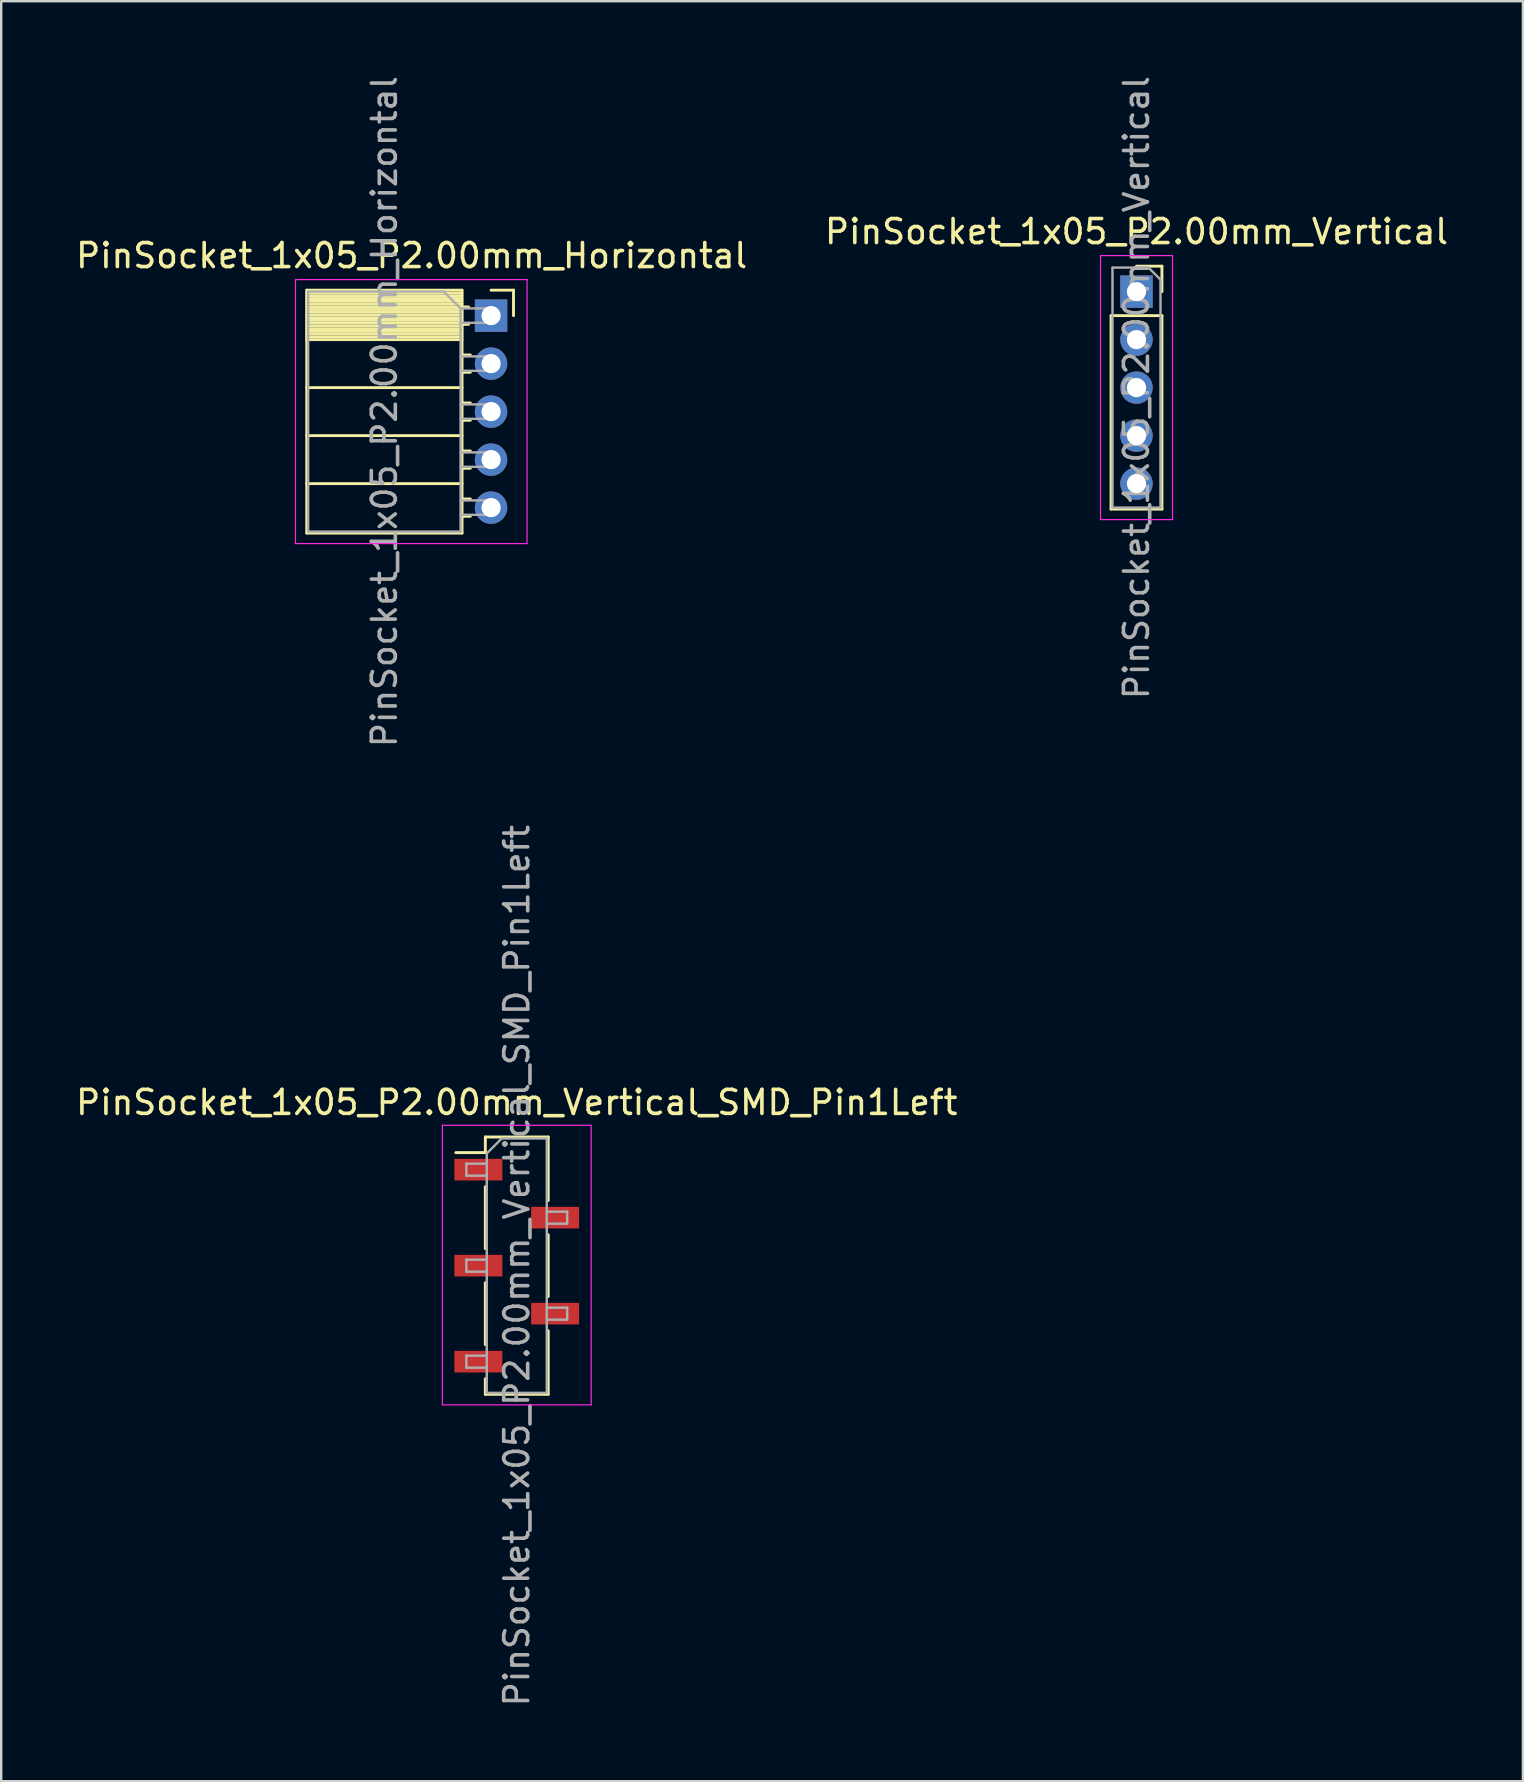
<source format=kicad_pcb>
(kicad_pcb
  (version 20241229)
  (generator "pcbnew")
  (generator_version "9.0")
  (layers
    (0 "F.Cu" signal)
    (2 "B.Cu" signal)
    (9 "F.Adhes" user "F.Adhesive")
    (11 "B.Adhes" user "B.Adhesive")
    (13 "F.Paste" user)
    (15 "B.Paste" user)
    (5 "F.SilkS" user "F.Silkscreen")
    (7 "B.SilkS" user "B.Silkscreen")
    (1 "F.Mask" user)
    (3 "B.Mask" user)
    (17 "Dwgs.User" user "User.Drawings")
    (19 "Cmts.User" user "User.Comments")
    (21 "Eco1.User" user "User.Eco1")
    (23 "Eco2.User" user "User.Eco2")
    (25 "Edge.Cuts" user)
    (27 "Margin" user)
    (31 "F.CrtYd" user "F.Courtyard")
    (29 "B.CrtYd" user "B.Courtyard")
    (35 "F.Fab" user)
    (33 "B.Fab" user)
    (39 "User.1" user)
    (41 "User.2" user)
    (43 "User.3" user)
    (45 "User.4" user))
  (footprint "PinSocket_1x05_P2.00mm_Vertical_SMD_Pin1Left"
    (layer "F.Cu")
    (at 18.482 49.685)
    (property "Reference" "PinSocket_1x05_P2.00mm_Vertical_SMD_Pin1Left" (at 0 -6.8 0) (layer "F.SilkS") (effects (font (size 1 1) (thickness 0.15))))
    (attr smd)
    (fp_line (start -2.54 -4.71) (end -1.31 -4.71) (stroke (width 0.12) (type solid)) (layer "F.SilkS"))
    (fp_line (start -1.31 -5.36) (end -1.31 -4.71) (stroke (width 0.12) (type solid)) (layer "F.SilkS"))
    (fp_line (start -1.31 -5.36) (end 1.31 -5.36) (stroke (width 0.12) (type solid)) (layer "F.SilkS"))
    (fp_line (start -1.31 -3.29) (end -1.31 -0.71) (stroke (width 0.12) (type solid)) (layer "F.SilkS"))
    (fp_line (start -1.31 0.71) (end -1.31 3.29) (stroke (width 0.12) (type solid)) (layer "F.SilkS"))
    (fp_line (start -1.31 4.71) (end -1.31 5.36) (stroke (width 0.12) (type solid)) (layer "F.SilkS"))
    (fp_line (start -1.31 5.36) (end 1.31 5.36) (stroke (width 0.12) (type solid)) (layer "F.SilkS"))
    (fp_line (start 1.31 -5.36) (end 1.31 -2.71) (stroke (width 0.12) (type solid)) (layer "F.SilkS"))
    (fp_line (start 1.31 -1.29) (end 1.31 1.29) (stroke (width 0.12) (type solid)) (layer "F.SilkS"))
    (fp_line (start 1.31 2.71) (end 1.31 5.36) (stroke (width 0.12) (type solid)) (layer "F.SilkS"))
    (fp_line (start -3.1 -5.85) (end 3.1 -5.85) (stroke (width 0.05) (type solid)) (layer "F.CrtYd"))
    (fp_line (start -3.1 5.8) (end -3.1 -5.85) (stroke (width 0.05) (type solid)) (layer "F.CrtYd"))
    (fp_line (start 3.1 -5.85) (end 3.1 5.8) (stroke (width 0.05) (type solid)) (layer "F.CrtYd"))
    (fp_line (start 3.1 5.8) (end -3.1 5.8) (stroke (width 0.05) (type solid)) (layer "F.CrtYd"))
    (fp_line (start -2.1 -4.25) (end -1.25 -4.25) (stroke (width 0.1) (type solid)) (layer "F.Fab"))
    (fp_line (start -2.1 -3.75) (end -2.1 -4.25) (stroke (width 0.1) (type solid)) (layer "F.Fab"))
    (fp_line (start -2.1 -0.25) (end -1.25 -0.25) (stroke (width 0.1) (type solid)) (layer "F.Fab"))
    (fp_line (start -2.1 0.25) (end -2.1 -0.25) (stroke (width 0.1) (type solid)) (layer "F.Fab"))
    (fp_line (start -2.1 3.75) (end -1.25 3.75) (stroke (width 0.1) (type solid)) (layer "F.Fab"))
    (fp_line (start -2.1 4.25) (end -2.1 3.75) (stroke (width 0.1) (type solid)) (layer "F.Fab"))
    (fp_line (start -1.25 -4.675) (end -0.625 -5.3) (stroke (width 0.1) (type solid)) (layer "F.Fab"))
    (fp_line (start -1.25 -3.75) (end -2.1 -3.75) (stroke (width 0.1) (type solid)) (layer "F.Fab"))
    (fp_line (start -1.25 0.25) (end -2.1 0.25) (stroke (width 0.1) (type solid)) (layer "F.Fab"))
    (fp_line (start -1.25 4.25) (end -2.1 4.25) (stroke (width 0.1) (type solid)) (layer "F.Fab"))
    (fp_line (start -1.25 5.3) (end -1.25 -4.675) (stroke (width 0.1) (type solid)) (layer "F.Fab"))
    (fp_line (start -0.625 -5.3) (end 1.25 -5.3) (stroke (width 0.1) (type solid)) (layer "F.Fab"))
    (fp_line (start 1.25 -5.3) (end 1.25 5.3) (stroke (width 0.1) (type solid)) (layer "F.Fab"))
    (fp_line (start 1.25 -2.25) (end 2.1 -2.25) (stroke (width 0.1) (type solid)) (layer "F.Fab"))
    (fp_line (start 1.25 1.75) (end 2.1 1.75) (stroke (width 0.1) (type solid)) (layer "F.Fab"))
    (fp_line (start 1.25 5.3) (end -1.25 5.3) (stroke (width 0.1) (type solid)) (layer "F.Fab"))
    (fp_line (start 2.1 -2.25) (end 2.1 -1.75) (stroke (width 0.1) (type solid)) (layer "F.Fab"))
    (fp_line (start 2.1 -1.75) (end 1.25 -1.75) (stroke (width 0.1) (type solid)) (layer "F.Fab"))
    (fp_line (start 2.1 1.75) (end 2.1 2.25) (stroke (width 0.1) (type solid)) (layer "F.Fab"))
    (fp_line (start 2.1 2.25) (end 1.25 2.25) (stroke (width 0.1) (type solid)) (layer "F.Fab"))
    (fp_text user "${REFERENCE}" (at 0 0 90) (layer "F.Fab") (effects (font (size 1 1) (thickness 0.15))))
    (pad "1" smd rect (at -1.6 -4) (size 2 0.9) (layers "F.Cu" "F.Mask" "F.Paste"))
    (pad "2" smd rect (at 1.6 -2) (size 2 0.9) (layers "F.Cu" "F.Mask" "F.Paste"))
    (pad "3" smd rect (at -1.6 0) (size 2 0.9) (layers "F.Cu" "F.Mask" "F.Paste"))
    (pad "4" smd rect (at 1.6 2) (size 2 0.9) (layers "F.Cu" "F.Mask" "F.Paste"))
    (pad "5" smd rect (at -1.6 4) (size 2 0.9) (layers "F.Cu" "F.Mask" "F.Paste")))
  (footprint "PinSocket_1x05_P2.00mm_Horizontal"
    (layer "F.Cu")
    (at 17.411 10.101)
    (property "Reference" "PinSocket_1x05_P2.00mm_Horizontal" (at -3.31 -2.5 0) (layer "F.SilkS") (effects (font (size 1 1) (thickness 0.15))))
    (attr through_hole)
    (fp_line (start -7.68 -1.06) (end -7.68 9.06) (stroke (width 0.12) (type solid)) (layer "F.SilkS"))
    (fp_line (start -7.68 -1.06) (end -1.21 -1.06) (stroke (width 0.12) (type solid)) (layer "F.SilkS"))
    (fp_line (start -7.68 -0.94) (end -1.21 -0.94) (stroke (width 0.12) (type solid)) (layer "F.SilkS"))
    (fp_line (start -7.68 -0.826) (end -1.21 -0.826) (stroke (width 0.12) (type solid)) (layer "F.SilkS"))
    (fp_line (start -7.68 -0.712) (end -1.21 -0.712) (stroke (width 0.12) (type solid)) (layer "F.SilkS"))
    (fp_line (start -7.68 -0.598) (end -1.21 -0.598) (stroke (width 0.12) (type solid)) (layer "F.SilkS"))
    (fp_line (start -7.68 -0.484) (end -1.21 -0.484) (stroke (width 0.12) (type solid)) (layer "F.SilkS"))
    (fp_line (start -7.68 -0.369) (end -1.21 -0.369) (stroke (width 0.12) (type solid)) (layer "F.SilkS"))
    (fp_line (start -7.68 -0.255) (end -1.21 -0.255) (stroke (width 0.12) (type solid)) (layer "F.SilkS"))
    (fp_line (start -7.68 -0.141) (end -1.21 -0.141) (stroke (width 0.12) (type solid)) (layer "F.SilkS"))
    (fp_line (start -7.68 -0.027) (end -1.21 -0.027) (stroke (width 0.12) (type solid)) (layer "F.SilkS"))
    (fp_line (start -7.68 0.087) (end -1.21 0.087) (stroke (width 0.12) (type solid)) (layer "F.SilkS"))
    (fp_line (start -7.68 0.201) (end -1.21 0.201) (stroke (width 0.12) (type solid)) (layer "F.SilkS"))
    (fp_line (start -7.68 0.315) (end -1.21 0.315) (stroke (width 0.12) (type solid)) (layer "F.SilkS"))
    (fp_line (start -7.68 0.429) (end -1.21 0.429) (stroke (width 0.12) (type solid)) (layer "F.SilkS"))
    (fp_line (start -7.68 0.544) (end -1.21 0.544) (stroke (width 0.12) (type solid)) (layer "F.SilkS"))
    (fp_line (start -7.68 0.658) (end -1.21 0.658) (stroke (width 0.12) (type solid)) (layer "F.SilkS"))
    (fp_line (start -7.68 0.772) (end -1.21 0.772) (stroke (width 0.12) (type solid)) (layer "F.SilkS"))
    (fp_line (start -7.68 0.886) (end -1.21 0.886) (stroke (width 0.12) (type solid)) (layer "F.SilkS"))
    (fp_line (start -7.68 1) (end -1.21 1) (stroke (width 0.12) (type solid)) (layer "F.SilkS"))
    (fp_line (start -7.68 3) (end -1.21 3) (stroke (width 0.12) (type solid)) (layer "F.SilkS"))
    (fp_line (start -7.68 5) (end -1.21 5) (stroke (width 0.12) (type solid)) (layer "F.SilkS"))
    (fp_line (start -7.68 7) (end -1.21 7) (stroke (width 0.12) (type solid)) (layer "F.SilkS"))
    (fp_line (start -7.68 9.06) (end -1.21 9.06) (stroke (width 0.12) (type solid)) (layer "F.SilkS"))
    (fp_line (start -1.21 -1.06) (end -1.21 9.06) (stroke (width 0.12) (type solid)) (layer "F.SilkS"))
    (fp_line (start -1.21 -0.36) (end -0.935 -0.36) (stroke (width 0.12) (type solid)) (layer "F.SilkS"))
    (fp_line (start -1.21 0.36) (end -0.935 0.36) (stroke (width 0.12) (type solid)) (layer "F.SilkS"))
    (fp_line (start -1.21 1.64) (end -0.863 1.64) (stroke (width 0.12) (type solid)) (layer "F.SilkS"))
    (fp_line (start -1.21 2.36) (end -0.863 2.36) (stroke (width 0.12) (type solid)) (layer "F.SilkS"))
    (fp_line (start -1.21 3.64) (end -0.863 3.64) (stroke (width 0.12) (type solid)) (layer "F.SilkS"))
    (fp_line (start -1.21 4.36) (end -0.863 4.36) (stroke (width 0.12) (type solid)) (layer "F.SilkS"))
    (fp_line (start -1.21 5.64) (end -0.863 5.64) (stroke (width 0.12) (type solid)) (layer "F.SilkS"))
    (fp_line (start -1.21 6.36) (end -0.863 6.36) (stroke (width 0.12) (type solid)) (layer "F.SilkS"))
    (fp_line (start -1.21 7.64) (end -0.863 7.64) (stroke (width 0.12) (type solid)) (layer "F.SilkS"))
    (fp_line (start -1.21 8.36) (end -0.863 8.36) (stroke (width 0.12) (type solid)) (layer "F.SilkS"))
    (fp_line (start 0 -1.06) (end 0.935 -1.06) (stroke (width 0.12) (type solid)) (layer "F.SilkS"))
    (fp_line (start 0.935 -1.06) (end 0.935 0) (stroke (width 0.12) (type solid)) (layer "F.SilkS"))
    (fp_line (start -8.15 -1.5) (end -8.15 9.5) (stroke (width 0.05) (type solid)) (layer "F.CrtYd"))
    (fp_line (start -8.15 9.5) (end 1.5 9.5) (stroke (width 0.05) (type solid)) (layer "F.CrtYd"))
    (fp_line (start 1.5 -1.5) (end -8.15 -1.5) (stroke (width 0.05) (type solid)) (layer "F.CrtYd"))
    (fp_line (start 1.5 9.5) (end 1.5 -1.5) (stroke (width 0.05) (type solid)) (layer "F.CrtYd"))
    (fp_line (start -7.62 -1) (end -1.97 -1) (stroke (width 0.1) (type solid)) (layer "F.Fab"))
    (fp_line (start -7.62 9) (end -7.62 -1) (stroke (width 0.1) (type solid)) (layer "F.Fab"))
    (fp_line (start -1.97 -1) (end -1.27 -0.3) (stroke (width 0.1) (type solid)) (layer "F.Fab"))
    (fp_line (start -1.27 -0.3) (end -1.27 9) (stroke (width 0.1) (type solid)) (layer "F.Fab"))
    (fp_line (start -1.27 0.3) (end 0 0.3) (stroke (width 0.1) (type solid)) (layer "F.Fab"))
    (fp_line (start -1.27 2.3) (end 0 2.3) (stroke (width 0.1) (type solid)) (layer "F.Fab"))
    (fp_line (start -1.27 4.3) (end 0 4.3) (stroke (width 0.1) (type solid)) (layer "F.Fab"))
    (fp_line (start -1.27 6.3) (end 0 6.3) (stroke (width 0.1) (type solid)) (layer "F.Fab"))
    (fp_line (start -1.27 8.3) (end 0 8.3) (stroke (width 0.1) (type solid)) (layer "F.Fab"))
    (fp_line (start -1.27 9) (end -7.62 9) (stroke (width 0.1) (type solid)) (layer "F.Fab"))
    (fp_line (start 0 -0.3) (end -1.27 -0.3) (stroke (width 0.1) (type solid)) (layer "F.Fab"))
    (fp_line (start 0 0.3) (end 0 -0.3) (stroke (width 0.1) (type solid)) (layer "F.Fab"))
    (fp_line (start 0 1.7) (end -1.27 1.7) (stroke (width 0.1) (type solid)) (layer "F.Fab"))
    (fp_line (start 0 2.3) (end 0 1.7) (stroke (width 0.1) (type solid)) (layer "F.Fab"))
    (fp_line (start 0 3.7) (end -1.27 3.7) (stroke (width 0.1) (type solid)) (layer "F.Fab"))
    (fp_line (start 0 4.3) (end 0 3.7) (stroke (width 0.1) (type solid)) (layer "F.Fab"))
    (fp_line (start 0 5.7) (end -1.27 5.7) (stroke (width 0.1) (type solid)) (layer "F.Fab"))
    (fp_line (start 0 6.3) (end 0 5.7) (stroke (width 0.1) (type solid)) (layer "F.Fab"))
    (fp_line (start 0 7.7) (end -1.27 7.7) (stroke (width 0.1) (type solid)) (layer "F.Fab"))
    (fp_line (start 0 8.3) (end 0 7.7) (stroke (width 0.1) (type solid)) (layer "F.Fab"))
    (fp_text user "${REFERENCE}" (at -4.445 4 90) (layer "F.Fab") (effects (font (size 1 1) (thickness 0.15))))
    (pad "1" thru_hole rect (at 0 0) (size 1.35 1.35) (drill 0.8) (layers "*.Cu" "*.Mask"))
    (pad "2" thru_hole circle (at 0 2) (size 1.35 1.35) (drill 0.8) (layers "*.Cu" "*.Mask"))
    (pad "3" thru_hole circle (at 0 4) (size 1.35 1.35) (drill 0.8) (layers "*.Cu" "*.Mask"))
    (pad "4" thru_hole circle (at 0 6) (size 1.35 1.35) (drill 0.8) (layers "*.Cu" "*.Mask"))
    (pad "5" thru_hole circle (at 0 8) (size 1.35 1.35) (drill 0.8) (layers "*.Cu" "*.Mask")))
  (footprint "PinSocket_1x05_P2.00mm_Vertical"
    (layer "F.Cu")
    (at 44.304 9.101)
    (property "Reference" "PinSocket_1x05_P2.00mm_Vertical" (at 0 -2.5 0) (layer "F.SilkS") (effects (font (size 1 1) (thickness 0.15))))
    (attr through_hole)
    (fp_line (start -1.06 1) (end -1.06 9.06) (stroke (width 0.12) (type solid)) (layer "F.SilkS"))
    (fp_line (start -1.06 1) (end 1.06 1) (stroke (width 0.12) (type solid)) (layer "F.SilkS"))
    (fp_line (start -1.06 9.06) (end 1.06 9.06) (stroke (width 0.12) (type solid)) (layer "F.SilkS"))
    (fp_line (start 0 -1.06) (end 1.06 -1.06) (stroke (width 0.12) (type solid)) (layer "F.SilkS"))
    (fp_line (start 1.06 -1.06) (end 1.06 0) (stroke (width 0.12) (type solid)) (layer "F.SilkS"))
    (fp_line (start 1.06 1) (end 1.06 9.06) (stroke (width 0.12) (type solid)) (layer "F.SilkS"))
    (fp_line (start -1.5 -1.5) (end 1.5 -1.5) (stroke (width 0.05) (type solid)) (layer "F.CrtYd"))
    (fp_line (start -1.5 9.5) (end -1.5 -1.5) (stroke (width 0.05) (type solid)) (layer "F.CrtYd"))
    (fp_line (start 1.5 -1.5) (end 1.5 9.5) (stroke (width 0.05) (type solid)) (layer "F.CrtYd"))
    (fp_line (start 1.5 9.5) (end -1.5 9.5) (stroke (width 0.05) (type solid)) (layer "F.CrtYd"))
    (fp_line (start -1 -1) (end 0.5 -1) (stroke (width 0.1) (type solid)) (layer "F.Fab"))
    (fp_line (start -1 9) (end -1 -1) (stroke (width 0.1) (type solid)) (layer "F.Fab"))
    (fp_line (start 0.5 -1) (end 1 -0.5) (stroke (width 0.1) (type solid)) (layer "F.Fab"))
    (fp_line (start 1 -0.5) (end 1 9) (stroke (width 0.1) (type solid)) (layer "F.Fab"))
    (fp_line (start 1 9) (end -1 9) (stroke (width 0.1) (type solid)) (layer "F.Fab"))
    (fp_text user "${REFERENCE}" (at 0 4 90) (layer "F.Fab") (effects (font (size 1 1) (thickness 0.15))))
    (pad "1" thru_hole rect (at 0 0) (size 1.35 1.35) (drill 0.8) (layers "*.Cu" "*.Mask"))
    (pad "2" thru_hole circle (at 0 2) (size 1.35 1.35) (drill 0.8) (layers "*.Cu" "*.Mask"))
    (pad "3" thru_hole circle (at 0 4) (size 1.35 1.35) (drill 0.8) (layers "*.Cu" "*.Mask"))
    (pad "4" thru_hole circle (at 0 6) (size 1.35 1.35) (drill 0.8) (layers "*.Cu" "*.Mask"))
    (pad "5" thru_hole circle (at 0 8) (size 1.35 1.35) (drill 0.8) (layers "*.Cu" "*.Mask")))
  (gr_rect
    (start -3 -3)
    (end 60.405 71.167)
    (stroke (width 0.1) (type default))
    (fill no)
    (layer "Edge.Cuts")))
</source>
